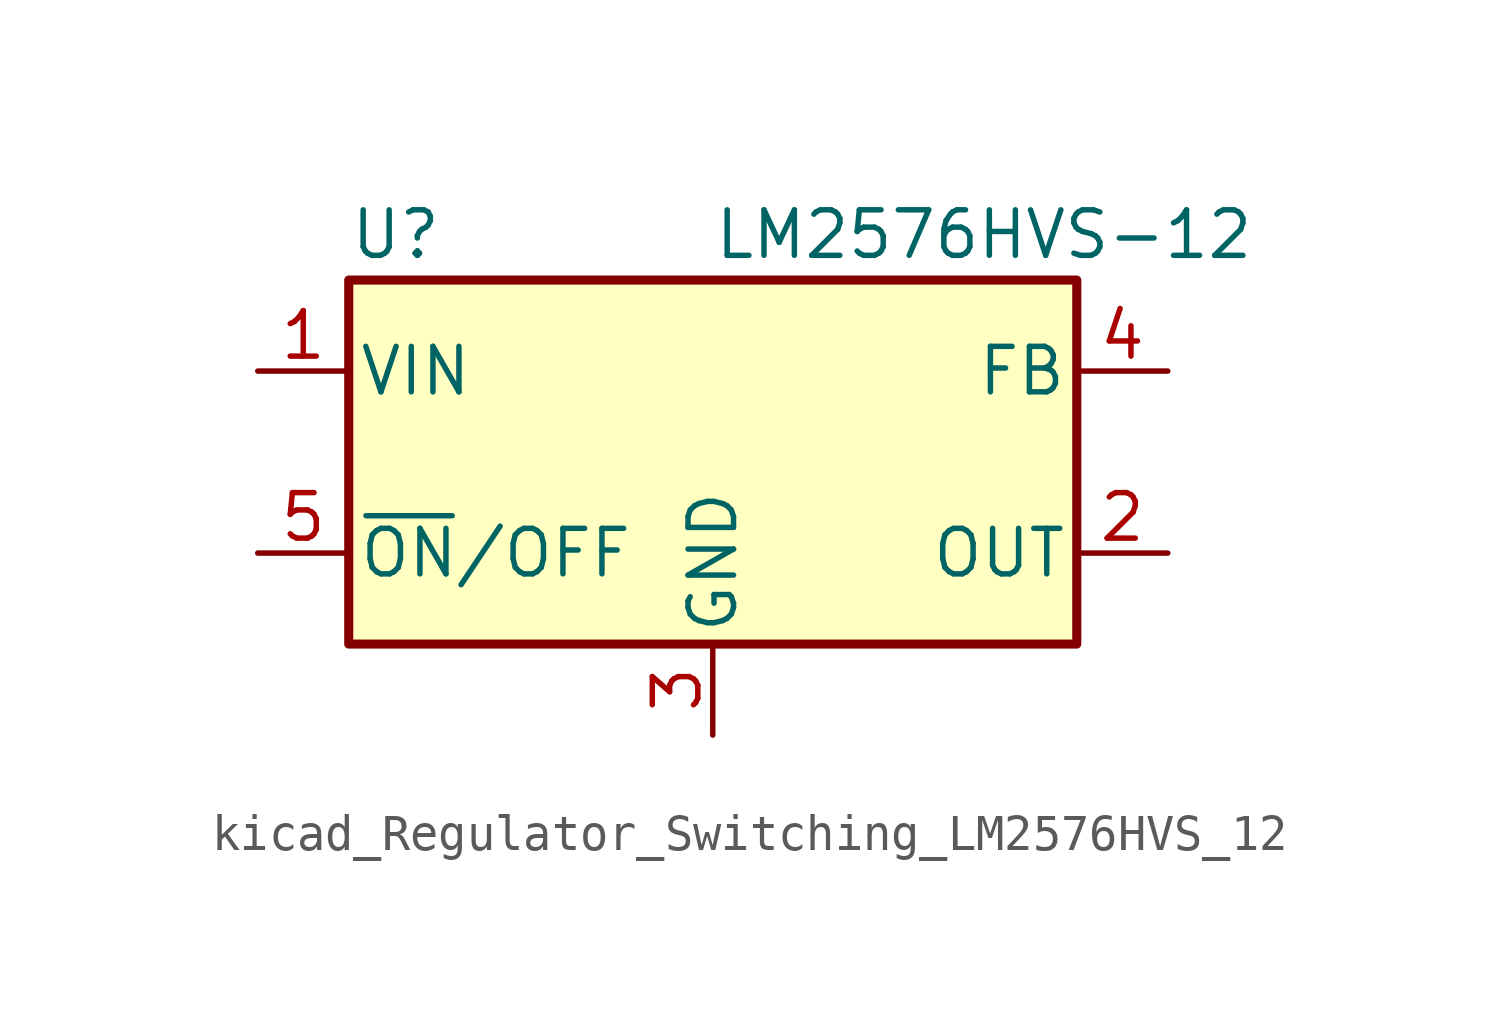
<source format=kicad_sym>
(kicad_symbol_lib
  (version 20220914)
  (generator kicad_symbol_editor)
  (symbol "kicad_Regulator_Switching_LM2576HVS_12"
    (pin_names
      (offset 0.254))
    (property "Reference" "U"
      (at -10.16 6.35 0)
      (effects (font (size 1.27 1.27)) (justify left)))
    (property "Value" "LM2576HVS-12"
      (at 0 6.35 0)
      (effects (font (size 1.27 1.27)) (justify left)))
    (symbol "kicad_Regulator_Switching_LM2576HVS_12_0_1"
      (rectangle (start -10.16 5.08) (end 10.16 -5.08) (stroke (width 0.254) (type default)) (fill (type background))))
    (symbol "kicad_Regulator_Switching_LM2576HVS_12_1_1"
      (pin power_in line (at -12.7 2.54 0) (length 2.54) (name "VIN" (effects (font (size 1.27 1.27)))) (number "1" (effects (font (size 1.27 1.27)))))
      (pin output line (at 12.7 -2.54 180) (length 2.54) (name "OUT" (effects (font (size 1.27 1.27)))) (number "2" (effects (font (size 1.27 1.27)))))
      (pin power_in line (at 0 -7.62 90) (length 2.54) (name "GND" (effects (font (size 1.27 1.27)))) (number "3" (effects (font (size 1.27 1.27)))))
      (pin input line (at 12.7 2.54 180) (length 2.54) (name "FB" (effects (font (size 1.27 1.27)))) (number "4" (effects (font (size 1.27 1.27)))))
      (pin input line (at -12.7 -2.54 0) (length 2.54) (name "~{ON}/OFF" (effects (font (size 1.27 1.27)))) (number "5" (effects (font (size 1.27 1.27))))))))
</source>
